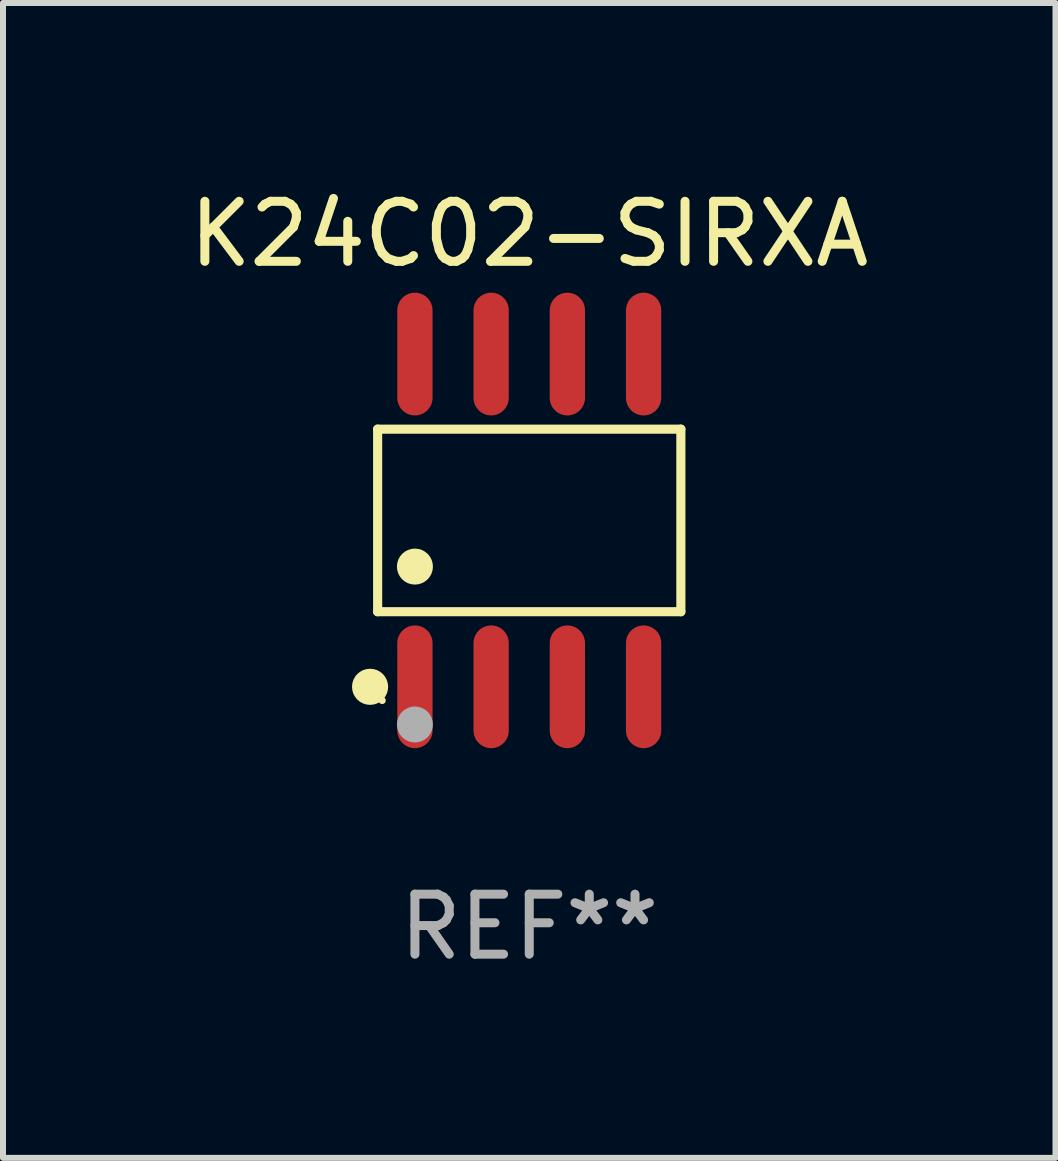
<source format=kicad_pcb>
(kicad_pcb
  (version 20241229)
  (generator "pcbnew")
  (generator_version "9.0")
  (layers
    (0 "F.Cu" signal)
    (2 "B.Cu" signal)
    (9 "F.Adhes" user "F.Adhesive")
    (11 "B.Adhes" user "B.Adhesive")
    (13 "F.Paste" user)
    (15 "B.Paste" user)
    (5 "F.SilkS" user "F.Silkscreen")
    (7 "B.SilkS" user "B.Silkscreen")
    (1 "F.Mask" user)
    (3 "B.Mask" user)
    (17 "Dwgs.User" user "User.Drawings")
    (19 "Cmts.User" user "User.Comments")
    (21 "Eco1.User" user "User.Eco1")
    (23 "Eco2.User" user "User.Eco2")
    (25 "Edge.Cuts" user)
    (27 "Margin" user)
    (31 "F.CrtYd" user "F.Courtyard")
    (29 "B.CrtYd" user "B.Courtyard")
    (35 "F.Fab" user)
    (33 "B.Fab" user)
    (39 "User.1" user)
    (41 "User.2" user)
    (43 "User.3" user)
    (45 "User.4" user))
  (footprint "K24C02-SIRXA"
    (layer "F.Cu")
    (at 5.768 5.621)
    (property "Reference" "K24C02-SIRXA" (at 0 -4.772 0) (layer "F.SilkS") (effects (font (size 1 1) (thickness 0.15))))
    (attr through_hole)
    (fp_line (start -2.526 -1.521) (end 2.526 -1.521) (stroke (width 0.152) (type solid)) (layer "F.SilkS"))
    (fp_line (start -2.526 1.521) (end -2.526 -1.521) (stroke (width 0.152) (type solid)) (layer "F.SilkS"))
    (fp_line (start 2.526 -1.521) (end 2.526 1.521) (stroke (width 0.152) (type solid)) (layer "F.SilkS"))
    (fp_line (start 2.526 1.521) (end -2.526 1.521) (stroke (width 0.152) (type solid)) (layer "F.SilkS"))
    (fp_circle (center -2.652 2.772) (end -2.501 2.772) (stroke (width 0.3) (type solid)) (fill no) (layer "F.SilkS"))
    (fp_circle (center -2.45 3) (end -2.42 3) (stroke (width 0.06) (type solid)) (fill no) (layer "F.SilkS"))
    (fp_circle (center -1.905 0.769) (end -1.755 0.769) (stroke (width 0.3) (type solid)) (fill no) (layer "F.SilkS"))
    (fp_circle (center -1.905 3.4) (end -1.755 3.4) (stroke (width 0.3) (type solid)) (fill no) (layer "F.Fab"))
    (fp_text user "REF**" (at 0 6.772 0) (layer "F.Fab") (effects (font (size 1 1) (thickness 0.15))))
    (pad "1" smd oval (at -1.905 2.772) (size 0.588 2.045) (layers "F.Cu" "F.Mask" "F.Paste"))
    (pad "2" smd oval (at -0.635 2.772) (size 0.588 2.045) (layers "F.Cu" "F.Mask" "F.Paste"))
    (pad "3" smd oval (at 0.635 2.772) (size 0.588 2.045) (layers "F.Cu" "F.Mask" "F.Paste"))
    (pad "4" smd oval (at 1.905 2.772) (size 0.588 2.045) (layers "F.Cu" "F.Mask" "F.Paste"))
    (pad "5" smd oval (at 1.905 -2.772) (size 0.588 2.045) (layers "F.Cu" "F.Mask" "F.Paste"))
    (pad "6" smd oval (at 0.635 -2.772) (size 0.588 2.045) (layers "F.Cu" "F.Mask" "F.Paste"))
    (pad "7" smd oval (at -0.635 -2.772) (size 0.588 2.045) (layers "F.Cu" "F.Mask" "F.Paste"))
    (pad "8" smd oval (at -1.905 -2.772) (size 0.588 2.045) (layers "F.Cu" "F.Mask" "F.Paste")))
  (gr_rect
    (start -3 -3)
    (end 14.536 16.241)
    (stroke (width 0.1) (type default))
    (fill no)
    (layer "Edge.Cuts")))
</source>
